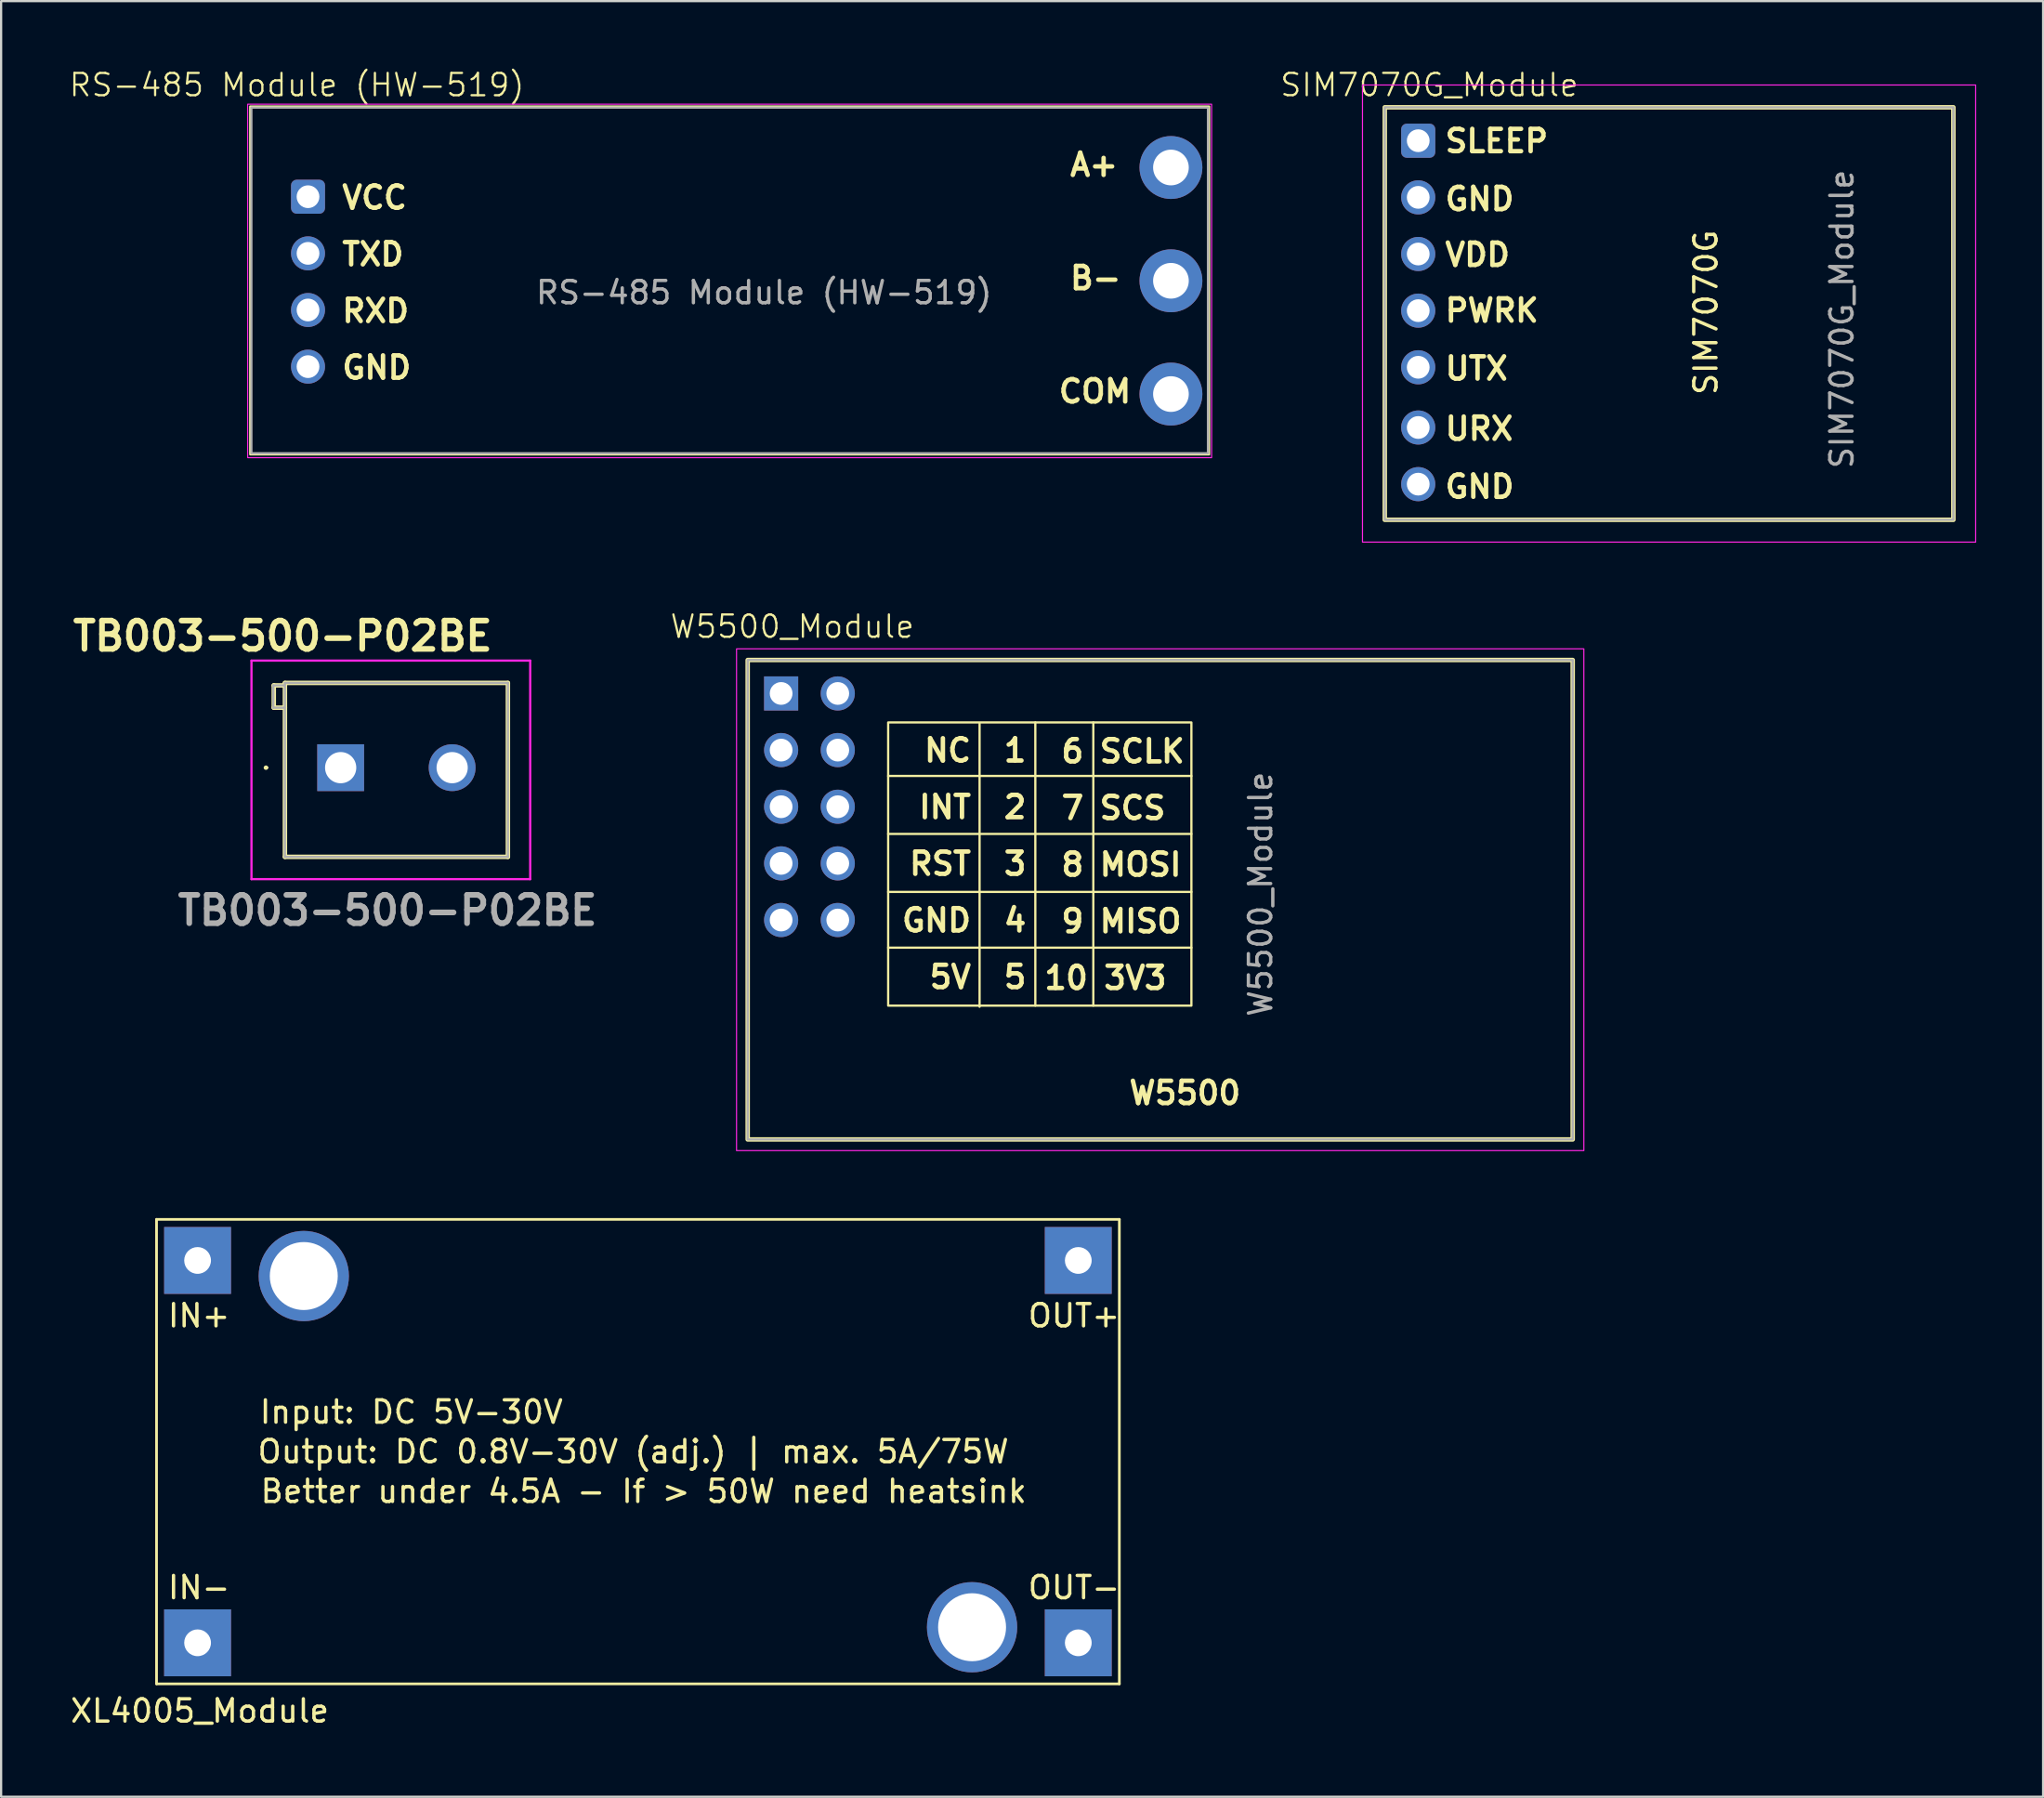
<source format=kicad_pcb>
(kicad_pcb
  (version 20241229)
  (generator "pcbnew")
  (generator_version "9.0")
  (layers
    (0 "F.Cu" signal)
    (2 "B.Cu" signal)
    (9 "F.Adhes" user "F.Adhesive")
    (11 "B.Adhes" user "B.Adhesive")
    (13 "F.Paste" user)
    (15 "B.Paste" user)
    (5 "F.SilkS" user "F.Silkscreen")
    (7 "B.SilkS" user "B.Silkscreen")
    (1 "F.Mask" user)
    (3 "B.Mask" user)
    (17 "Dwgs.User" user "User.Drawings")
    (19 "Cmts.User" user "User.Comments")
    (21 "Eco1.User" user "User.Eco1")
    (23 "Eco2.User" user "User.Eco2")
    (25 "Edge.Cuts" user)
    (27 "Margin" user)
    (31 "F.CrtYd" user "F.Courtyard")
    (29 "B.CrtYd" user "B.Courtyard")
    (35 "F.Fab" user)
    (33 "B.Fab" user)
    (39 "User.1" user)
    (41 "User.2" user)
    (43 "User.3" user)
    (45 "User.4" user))
  (footprint "TB003-500-P02BE"
    (layer "F.Cu")
    (at 12.228 31.374)
    (property "Reference" "TB003-500-P02BE" (at -2.6 -5.9 0) (layer "F.SilkS") (effects (font (size 1.27 1.27) (thickness 0.254))))
    (attr through_hole)
    (fp_line (start -3.4 0) (end -3.4 0) (stroke (width 0.1) (type solid)) (layer "F.SilkS"))
    (fp_line (start -3.3 0) (end -3.3 0) (stroke (width 0.1) (type solid)) (layer "F.SilkS"))
    (fp_line (start -3 -3.69) (end -3 -2.69) (stroke (width 0.2) (type solid)) (layer "F.SilkS"))
    (fp_line (start -3 -2.69) (end -2.5 -2.69) (stroke (width 0.2) (type solid)) (layer "F.SilkS"))
    (fp_line (start -2.5 -3.8) (end 7.5 -3.8) (stroke (width 0.2) (type solid)) (layer "F.SilkS"))
    (fp_line (start -2.5 -3.69) (end -3 -3.69) (stroke (width 0.2) (type solid)) (layer "F.SilkS"))
    (fp_line (start -2.5 4) (end -2.5 -3.8) (stroke (width 0.2) (type solid)) (layer "F.SilkS"))
    (fp_line (start 7.5 -3.8) (end 7.5 4) (stroke (width 0.2) (type solid)) (layer "F.SilkS"))
    (fp_line (start 7.5 4) (end -2.5 4) (stroke (width 0.2) (type solid)) (layer "F.SilkS"))
    (fp_arc (start -3.4 0) (mid -3.35 -0.05) (end -3.3 0) (stroke (width 0.1) (type solid)) (layer "F.SilkS"))
    (fp_arc (start -3.3 0) (mid -3.35 0.05) (end -3.4 0) (stroke (width 0.1) (type solid)) (layer "F.SilkS"))
    (fp_line (start -4 -4.8) (end 8.5 -4.8) (stroke (width 0.1) (type solid)) (layer "F.CrtYd"))
    (fp_line (start -4 5) (end -4 -4.8) (stroke (width 0.1) (type solid)) (layer "F.CrtYd"))
    (fp_line (start 8.5 -4.8) (end 8.5 5) (stroke (width 0.1) (type solid)) (layer "F.CrtYd"))
    (fp_line (start 8.5 5) (end -4 5) (stroke (width 0.1) (type solid)) (layer "F.CrtYd"))
    (fp_line (start -3.02 -3.69) (end -3.02 -2.69) (stroke (width 0.1) (type solid)) (layer "F.Fab"))
    (fp_line (start -3.02 -2.69) (end -2.52 -2.69) (stroke (width 0.1) (type solid)) (layer "F.Fab"))
    (fp_line (start -2.52 -3.69) (end -3.02 -3.69) (stroke (width 0.1) (type solid)) (layer "F.Fab"))
    (fp_line (start -2.5 -3.8) (end 7.5 -3.8) (stroke (width 0.1) (type solid)) (layer "F.Fab"))
    (fp_line (start -2.5 4) (end -2.5 -3.8) (stroke (width 0.1) (type solid)) (layer "F.Fab"))
    (fp_line (start 7.5 -3.8) (end 7.5 4) (stroke (width 0.1) (type solid)) (layer "F.Fab"))
    (fp_line (start 7.5 4) (end -2.5 4) (stroke (width 0.1) (type solid)) (layer "F.Fab"))
    (fp_text user "${REFERENCE}" (at 2.1 6.4 0) (layer "F.Fab") (effects (font (size 1.27 1.27) (thickness 0.254))))
    (pad "1" thru_hole rect (at 0 0) (size 2.1 2.1) (drill 1.4) (layers "*.Cu" "*.Mask"))
    (pad "2" thru_hole circle (at 5 0) (size 2.1 2.1) (drill 1.4) (layers "*.Cu" "*.Mask")))
  (footprint "W5500_Module"
    (layer "F.Cu")
    (at 31.982 28.046)
    (property "Reference" "W5500_Module" (at 0.5 -3 0) (unlocked yes) (layer "F.SilkS") (effects (font (size 1 1) (thickness 0.1))))
    (attr through_hole)
    (fp_line (start 4.8 3.7) (end 18.4 3.7) (stroke (width 0.1) (type default)) (layer "F.SilkS"))
    (fp_line (start 4.8 6.3) (end 18.4 6.3) (stroke (width 0.1) (type default)) (layer "F.SilkS"))
    (fp_line (start 4.8 8.9) (end 18.4 8.9) (stroke (width 0.1) (type default)) (layer "F.SilkS"))
    (fp_line (start 4.8 11.4) (end 18.4 11.4) (stroke (width 0.1) (type default)) (layer "F.SilkS"))
    (fp_line (start 8.9 1.35) (end 8.9 14.05) (stroke (width 0.1) (type default)) (layer "F.SilkS"))
    (fp_line (start 11.4 1.3) (end 11.4 14) (stroke (width 0.1) (type default)) (layer "F.SilkS"))
    (fp_line (start 14 14) (end 14 1.3) (stroke (width 0.1) (type default)) (layer "F.SilkS"))
    (fp_rect (start -1.5 -1.5) (end 35.5 20) (stroke (width 0.2) (type default)) (fill no) (layer "F.SilkS"))
    (fp_rect (start 4.8 1.3) (end 18.4 14) (stroke (width 0.1) (type default)) (fill no) (layer "F.SilkS"))
    (fp_rect (start -2 -2) (end 36 20.5) (stroke (width 0.05) (type default)) (fill no) (layer "F.CrtYd"))
    (fp_rect (start -1.5 -1.5) (end 35.5 20) (stroke (width 0.1) (type default)) (fill no) (layer "F.Fab"))
    (fp_text user "5V  5" (at 11.1 13.3 0) (unlocked yes) (layer "F.SilkS") (effects (font (size 1 1) (thickness 0.2) (bold yes)) (justify right bottom)))
    (fp_text user "10 3V3" (at 11.7 13.34 0) (unlocked yes) (layer "F.SilkS") (effects (font (size 1 1) (thickness 0.2) (bold yes)) (justify left bottom)))
    (fp_text user "W5500" (at 15.5 18.5 0) (unlocked yes) (layer "F.SilkS") (effects (font (size 1 1) (thickness 0.2) (bold yes)) (justify left bottom)))
    (fp_text user "GND  4" (at 11.1 10.76 0) (unlocked yes) (layer "F.SilkS") (effects (font (size 1 1) (thickness 0.2) (bold yes)) (justify right bottom)))
    (fp_text user "NC  1" (at 11.1 3.14 0) (unlocked yes) (layer "F.SilkS") (effects (font (size 1 1) (thickness 0.2) (bold yes)) (justify right bottom)))
    (fp_text user "INT  2" (at 11.1 5.68 0) (unlocked yes) (layer "F.SilkS") (effects (font (size 1 1) (thickness 0.2) (bold yes)) (justify right bottom)))
    (fp_text user " 9 MISO" (at 11.7 10.8 0) (unlocked yes) (layer "F.SilkS") (effects (font (size 1 1) (thickness 0.2) (bold yes)) (justify left bottom)))
    (fp_text user "RST  3" (at 11.1 8.22 0) (unlocked yes) (layer "F.SilkS") (effects (font (size 1 1) (thickness 0.2) (bold yes)) (justify right bottom)))
    (fp_text user " 7 SCS" (at 11.7 5.72 0) (unlocked yes) (layer "F.SilkS") (effects (font (size 1 1) (thickness 0.2) (bold yes)) (justify left bottom)))
    (fp_text user " 8 MOSI" (at 11.7 8.26 0) (unlocked yes) (layer "F.SilkS") (effects (font (size 1 1) (thickness 0.2) (bold yes)) (justify left bottom)))
    (fp_text user " 6 SCLK" (at 11.7 3.18 0) (unlocked yes) (layer "F.SilkS") (effects (font (size 1 1) (thickness 0.2) (bold yes)) (justify left bottom)))
    (fp_text user "${REFERENCE}" (at 21.5 9 90) (unlocked yes) (layer "F.Fab") (effects (font (size 1 1) (thickness 0.15))))
    (pad "1" thru_hole rect (at 0 0) (size 1.53 1.53) (drill 1.02) (layers "*.Cu" "*.Mask"))
    (pad "2" thru_hole circle (at 0 2.54) (size 1.53 1.53) (drill 1.02) (layers "*.Cu" "*.Mask"))
    (pad "3" thru_hole circle (at 0 5.08) (size 1.53 1.53) (drill 1.02) (layers "*.Cu" "*.Mask"))
    (pad "4" thru_hole circle (at 0 7.62) (size 1.53 1.53) (drill 1.02) (layers "*.Cu" "*.Mask"))
    (pad "5" thru_hole circle (at 0 10.16) (size 1.53 1.53) (drill 1.02) (layers "*.Cu" "*.Mask"))
    (pad "6" thru_hole circle (at 2.54 0) (size 1.53 1.53) (drill 1.02) (layers "*.Cu" "*.Mask"))
    (pad "7" thru_hole circle (at 2.54 2.54) (size 1.53 1.53) (drill 1.02) (layers "*.Cu" "*.Mask"))
    (pad "8" thru_hole circle (at 2.54 5.08) (size 1.53 1.53) (drill 1.02) (layers "*.Cu" "*.Mask"))
    (pad "9" thru_hole circle (at 2.54 7.62) (size 1.53 1.53) (drill 1.02) (layers "*.Cu" "*.Mask"))
    (pad "10" thru_hole circle (at 2.54 10.16) (size 1.53 1.53) (drill 1.02) (layers "*.Cu" "*.Mask")))
  (footprint "XL4005_Module"
    (layer "F.Cu")
    (at 5.811 53.472)
    (property "Reference" "XL4005_Module" (at 0.1 20.2 0) (layer "F.SilkS") (effects (font (size 1 1) (thickness 0.15))))
    (attr through_hole)
    (fp_line (start -1.841 -1.841) (end 41.339 -1.841) (stroke (width 0.12) (type solid)) (layer "F.SilkS"))
    (fp_line (start -1.841 18.986) (end -1.841 -1.841) (stroke (width 0.12) (type solid)) (layer "F.SilkS"))
    (fp_line (start 41.339 -1.841) (end 41.339 18.986) (stroke (width 0.12) (type solid)) (layer "F.SilkS"))
    (fp_line (start 41.339 18.986) (end -1.841 18.986) (stroke (width 0.12) (type solid)) (layer "F.SilkS"))
    (fp_text user "Output: DC 0.8V-30V (adj.) | max. 5A/75W" (at 19.54 8.572 0) (layer "F.SilkS") (effects (font (size 1 1) (thickness 0.15))))
    (fp_text user "IN-" (at 0.064 14.668 0) (layer "F.SilkS") (effects (font (size 1 1) (thickness 0.15))))
    (fp_text user "Better under 4.5A - If > 50W need heatsink" (at 20.003 10.351 0) (layer "F.SilkS") (effects (font (size 1 1) (thickness 0.15))))
    (fp_text user "OUT+" (at 39.306 2.477 0) (layer "F.SilkS") (effects (font (size 1 1) (thickness 0.15))))
    (fp_text user "OUT-" (at 39.306 14.668 0) (layer "F.SilkS") (effects (font (size 1 1) (thickness 0.15))))
    (fp_text user "IN+" (at 0.064 2.477 0) (layer "F.SilkS") (effects (font (size 1 1) (thickness 0.15))))
    (fp_text user "Input: DC 5V-30V" (at 9.588 6.795 0) (layer "F.SilkS") (effects (font (size 1 1) (thickness 0.15))))
    (pad "" thru_hole circle (at 4.763 0.699) (size 4.048 4.048) (drill 3.048) (layers "*.Cu" "*.Mask"))
    (pad "" thru_hole circle (at 34.734 16.447) (size 4.048 4.048) (drill 3.048) (layers "*.Cu" "*.Mask"))
    (pad "1" thru_hole rect (at 0 0) (size 3 3) (drill 1.2) (layers "*.Cu" "*.Mask"))
    (pad "2" thru_hole rect (at 0 17.145) (size 3 3) (drill 1.2) (layers "*.Cu" "*.Mask"))
    (pad "3" thru_hole rect (at 39.497 0) (size 3 3) (drill 1.2) (layers "*.Cu" "*.Mask"))
    (pad "4" thru_hole rect (at 39.497 17.145) (size 3 3) (drill 1.2) (layers "*.Cu" "*.Mask")))
  (footprint "RS-485 Module (HW-519)"
    (layer "F.Cu")
    (at 10.764 5.771)
    (property "Reference" "RS-485 Module (HW-519)" (at -0.5 -5.01 0) (unlocked yes) (layer "F.SilkS") (effects (font (size 1 1) (thickness 0.1))))
    (attr through_hole)
    (fp_rect (start -2.591 -4.047) (end 40.411 11.555) (stroke (width 0.1) (type default)) (fill no) (layer "F.SilkS"))
    (fp_rect (start -2.707 -4.148) (end 40.524 11.701) (stroke (width 0.05) (type default)) (fill no) (layer "F.CrtYd"))
    (fp_rect (start -2.54 -3.996) (end 40.36 11.504) (stroke (width 0.1) (type default)) (fill no) (layer "F.Fab"))
    (fp_text user "B-" (at 34.072 4.234 0) (unlocked yes) (layer "F.SilkS") (effects (font (size 1 1) (thickness 0.2) (bold yes)) (justify left bottom)))
    (fp_text user "TXD" (at 1.422 3.167 0) (unlocked yes) (layer "F.SilkS") (effects (font (size 1 1) (thickness 0.2) (bold yes)) (justify left bottom)))
    (fp_text user "GND" (at 1.422 8.247 0) (unlocked yes) (layer "F.SilkS") (effects (font (size 1 1) (thickness 0.2) (bold yes)) (justify left bottom)))
    (fp_text user "VCC" (at 1.422 0.627 0) (unlocked yes) (layer "F.SilkS") (effects (font (size 1 1) (thickness 0.2) (bold yes)) (justify left bottom)))
    (fp_text user "RXD" (at 1.422 5.707 0) (unlocked yes) (layer "F.SilkS") (effects (font (size 1 1) (thickness 0.2) (bold yes)) (justify left bottom)))
    (fp_text user "COM" (at 33.564 9.314 0) (unlocked yes) (layer "F.SilkS") (effects (font (size 1 1) (thickness 0.2) (bold yes)) (justify left bottom)))
    (fp_text user "A+" (at 34.072 -0.846 0) (unlocked yes) (layer "F.SilkS") (effects (font (size 1 1) (thickness 0.2) (bold yes)) (justify left bottom)))
    (fp_text user "${REFERENCE}" (at 20.45 4.3 0) (unlocked yes) (layer "F.Fab") (effects (font (size 1 1) (thickness 0.15))))
    (pad "1" thru_hole roundrect (at 0 0) (size 1.524 1.524) (drill 1.02) (layers "*.Cu" "*.Mask") (roundrect_rratio 0.164))
    (pad "2" thru_hole circle (at 0 2.54) (size 1.524 1.524) (drill 1.02) (layers "*.Cu" "*.Mask"))
    (pad "3" thru_hole circle (at 0 5.08) (size 1.524 1.524) (drill 1.02) (layers "*.Cu" "*.Mask"))
    (pad "4" thru_hole circle (at 0 7.62) (size 1.524 1.524) (drill 1.02) (layers "*.Cu" "*.Mask"))
    (pad "5" thru_hole circle (at 38.7 -1.31) (size 2.82 2.82) (drill 1.6) (layers "*.Cu" "*.Mask"))
    (pad "6" thru_hole circle (at 38.7 3.77) (size 2.82 2.82) (drill 1.6) (layers "*.Cu" "*.Mask"))
    (pad "7" thru_hole circle (at 38.7 8.85) (size 2.82 2.82) (drill 1.6) (layers "*.Cu" "*.Mask")))
  (footprint "SIM7070G_Module"
    (layer "F.Cu")
    (at 60.554 3.26)
    (property "Reference" "SIM7070G_Module" (at 0.5 -2.5 0) (unlocked yes) (layer "F.SilkS") (effects (font (size 1 1) (thickness 0.1))))
    (attr through_hole)
    (fp_rect (start -1.5 -1.5) (end 24 17) (stroke (width 0.2) (type default)) (fill no) (layer "F.SilkS"))
    (fp_rect (start -2.5 -2.5) (end 25 18) (stroke (width 0.05) (type default)) (fill no) (layer "F.CrtYd"))
    (fp_rect (start -1.5 -1.5) (end 24 17) (stroke (width 0.1) (type default)) (fill no) (layer "F.Fab"))
    (fp_text user "SIM7070G" (at 12.9 7.7 90) (layer "F.SilkS") (effects (font (size 1 1) (thickness 0.15))))
    (fp_text user "GND" (at 1.1 3.2 0) (unlocked yes) (layer "F.SilkS") (effects (font (size 1 1) (thickness 0.2) (bold yes)) (justify left bottom)))
    (fp_text user "GND" (at 1.1 16.1 0) (unlocked yes) (layer "F.SilkS") (effects (font (size 1 1) (thickness 0.2) (bold yes)) (justify left bottom)))
    (fp_text user "UTX" (at 1.1 10.8 0) (unlocked yes) (layer "F.SilkS") (effects (font (size 1 1) (thickness 0.2) (bold yes)) (justify left bottom)))
    (fp_text user "SLEEP" (at 1.1 0.6 0) (unlocked yes) (layer "F.SilkS") (effects (font (size 1 1) (thickness 0.2) (bold yes)) (justify left bottom)))
    (fp_text user "URX" (at 1.1 13.5 0) (unlocked yes) (layer "F.SilkS") (effects (font (size 1 1) (thickness 0.2) (bold yes)) (justify left bottom)))
    (fp_text user "PWRK" (at 1.1 8.2 0) (unlocked yes) (layer "F.SilkS") (effects (font (size 1 1) (thickness 0.2) (bold yes)) (justify left bottom)))
    (fp_text user "VDD" (at 1.1 5.7 0) (unlocked yes) (layer "F.SilkS") (effects (font (size 1 1) (thickness 0.2) (bold yes)) (justify left bottom)))
    (fp_text user "${REFERENCE}" (at 19 8 90) (unlocked yes) (layer "F.Fab") (effects (font (size 1 1) (thickness 0.15))))
    (pad "1" thru_hole roundrect (at 0 0) (size 1.53 1.53) (drill 1.02) (layers "*.Cu" "*.Mask") (roundrect_rratio 0.163))
    (pad "2" thru_hole circle (at 0 2.54) (size 1.53 1.53) (drill 1.02) (layers "*.Cu" "*.Mask"))
    (pad "3" thru_hole circle (at 0 5.08) (size 1.53 1.53) (drill 1.02) (layers "*.Cu" "*.Mask"))
    (pad "4" thru_hole circle (at 0 7.62) (size 1.53 1.53) (drill 1.02) (layers "*.Cu" "*.Mask"))
    (pad "5" thru_hole circle (at 0 10.16) (size 1.53 1.53) (drill 1.02) (layers "*.Cu" "*.Mask"))
    (pad "6" thru_hole circle (at 0 12.86) (size 1.53 1.53) (drill 1.02) (layers "*.Cu" "*.Mask"))
    (pad "7" thru_hole circle (at 0 15.4) (size 1.53 1.53) (drill 1.02) (layers "*.Cu" "*.Mask")))
  (gr_rect
    (start -3 -3)
    (end 88.579 77.521)
    (stroke (width 0.1) (type default))
    (fill no)
    (layer "Edge.Cuts")))
</source>
